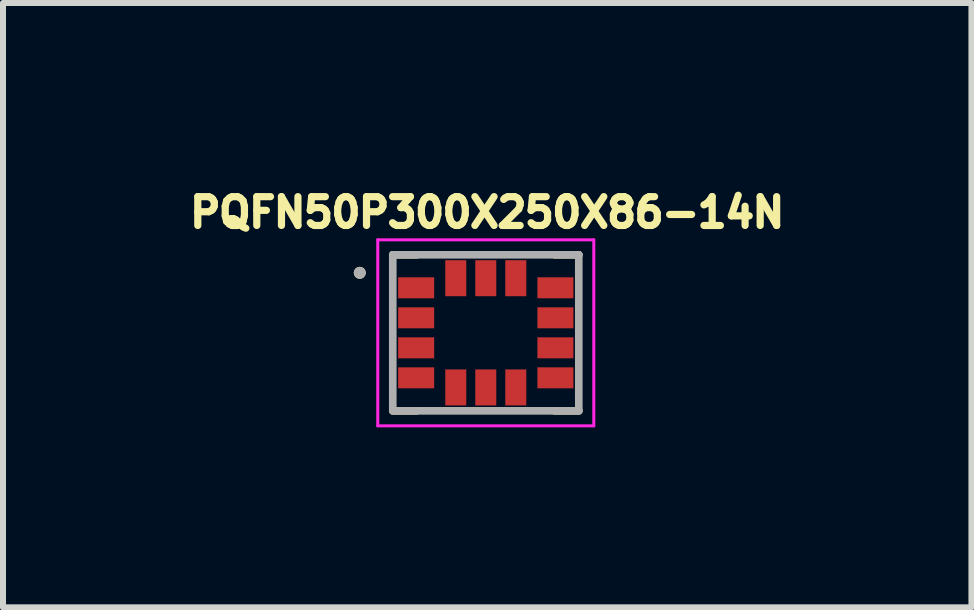
<source format=kicad_pcb>
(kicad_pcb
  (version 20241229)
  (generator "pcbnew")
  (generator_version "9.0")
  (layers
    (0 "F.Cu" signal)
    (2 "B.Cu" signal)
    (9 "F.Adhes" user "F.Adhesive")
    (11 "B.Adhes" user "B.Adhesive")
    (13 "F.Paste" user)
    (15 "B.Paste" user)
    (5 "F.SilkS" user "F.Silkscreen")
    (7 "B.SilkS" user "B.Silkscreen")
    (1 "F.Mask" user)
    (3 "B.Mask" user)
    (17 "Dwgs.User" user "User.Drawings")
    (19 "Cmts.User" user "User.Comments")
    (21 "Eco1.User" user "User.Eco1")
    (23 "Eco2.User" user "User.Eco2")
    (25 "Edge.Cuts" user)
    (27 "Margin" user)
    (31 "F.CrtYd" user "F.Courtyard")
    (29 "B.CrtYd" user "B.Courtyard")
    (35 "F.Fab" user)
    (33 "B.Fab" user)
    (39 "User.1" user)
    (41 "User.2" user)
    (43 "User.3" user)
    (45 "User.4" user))
  (footprint "PQFN50P300X250X86-14N"
    (layer "F.Cu")
    (at 5.045 2.496)
    (property "Reference" "PQFN50P300X250X86-14N" (at 0.024 -2.005 0) (layer "F.SilkS") (effects (font (size 0.48 0.48) (thickness 0.15))))
    (attr through_hole)
    (fp_line (start -1.55 1.3) (end -1.15 1.3) (stroke (width 0.127) (type solid)) (layer "F.SilkS"))
    (fp_line (start -1.15 -1.3) (end -1.55 -1.3) (stroke (width 0.127) (type solid)) (layer "F.SilkS"))
    (fp_line (start 1.55 -1.3) (end 1.15 -1.3) (stroke (width 0.127) (type solid)) (layer "F.SilkS"))
    (fp_line (start 1.55 1.3) (end 1.15 1.3) (stroke (width 0.127) (type solid)) (layer "F.SilkS"))
    (fp_circle (center -2.1 -1) (end -2.05 -1) (stroke (width 0.1) (type solid)) (fill no) (layer "F.SilkS"))
    (fp_line (start -1.8 -1.55) (end -1.8 1.55) (stroke (width 0.05) (type solid)) (layer "F.CrtYd"))
    (fp_line (start -1.8 1.55) (end 1.8 1.55) (stroke (width 0.05) (type solid)) (layer "F.CrtYd"))
    (fp_line (start 1.8 -1.55) (end -1.8 -1.55) (stroke (width 0.05) (type solid)) (layer "F.CrtYd"))
    (fp_line (start 1.8 1.55) (end 1.8 -1.55) (stroke (width 0.05) (type solid)) (layer "F.CrtYd"))
    (fp_line (start -1.55 -1.3) (end 1.55 -1.3) (stroke (width 0.127) (type solid)) (layer "F.Fab"))
    (fp_line (start -1.55 1.3) (end -1.55 -1.3) (stroke (width 0.127) (type solid)) (layer "F.Fab"))
    (fp_line (start 1.55 -1.3) (end 1.55 1.3) (stroke (width 0.127) (type solid)) (layer "F.Fab"))
    (fp_line (start 1.55 1.3) (end -1.55 1.3) (stroke (width 0.127) (type solid)) (layer "F.Fab"))
    (fp_circle (center -2.1 -1) (end -2.05 -1) (stroke (width 0.1) (type solid)) (fill no) (layer "F.Fab"))
    (pad "1" smd rect (at -1.16 -0.75) (size 0.6 0.35) (layers "F.Cu" "F.Mask" "F.Paste"))
    (pad "2" smd rect (at -1.16 -0.25) (size 0.6 0.35) (layers "F.Cu" "F.Mask" "F.Paste"))
    (pad "3" smd rect (at -1.16 0.25) (size 0.6 0.35) (layers "F.Cu" "F.Mask" "F.Paste"))
    (pad "4" smd rect (at -1.16 0.75) (size 0.6 0.35) (layers "F.Cu" "F.Mask" "F.Paste"))
    (pad "5" smd rect (at -0.5 0.91 90) (size 0.6 0.35) (layers "F.Cu" "F.Mask" "F.Paste"))
    (pad "6" smd rect (at 0 0.91 90) (size 0.6 0.35) (layers "F.Cu" "F.Mask" "F.Paste"))
    (pad "7" smd rect (at 0.5 0.91 90) (size 0.6 0.35) (layers "F.Cu" "F.Mask" "F.Paste"))
    (pad "8" smd rect (at 1.16 0.75) (size 0.6 0.35) (layers "F.Cu" "F.Mask" "F.Paste"))
    (pad "9" smd rect (at 1.16 0.25) (size 0.6 0.35) (layers "F.Cu" "F.Mask" "F.Paste"))
    (pad "10" smd rect (at 1.16 -0.25) (size 0.6 0.35) (layers "F.Cu" "F.Mask" "F.Paste"))
    (pad "11" smd rect (at 1.16 -0.75) (size 0.6 0.35) (layers "F.Cu" "F.Mask" "F.Paste"))
    (pad "12" smd rect (at 0.5 -0.91 90) (size 0.6 0.35) (layers "F.Cu" "F.Mask" "F.Paste"))
    (pad "13" smd rect (at 0 -0.91 90) (size 0.6 0.35) (layers "F.Cu" "F.Mask" "F.Paste"))
    (pad "14" smd rect (at -0.5 -0.91 90) (size 0.6 0.35) (layers "F.Cu" "F.Mask" "F.Paste")))
  (gr_rect
    (start -3 -3)
    (end 13.138 7.071)
    (stroke (width 0.1) (type default))
    (fill no)
    (layer "Edge.Cuts")))
</source>
